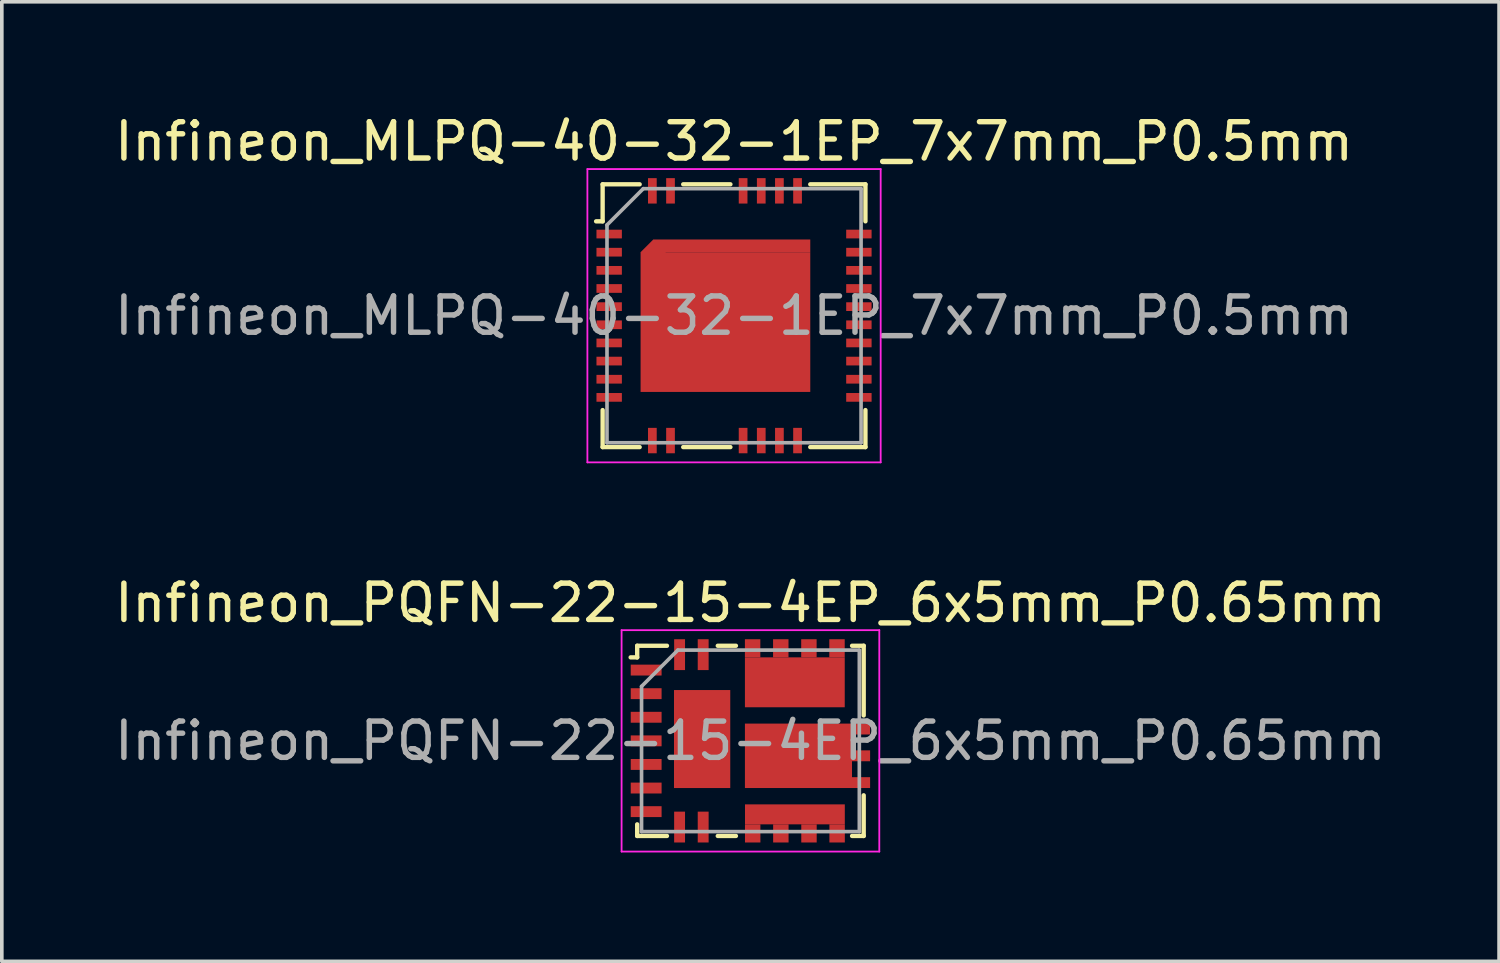
<source format=kicad_pcb>
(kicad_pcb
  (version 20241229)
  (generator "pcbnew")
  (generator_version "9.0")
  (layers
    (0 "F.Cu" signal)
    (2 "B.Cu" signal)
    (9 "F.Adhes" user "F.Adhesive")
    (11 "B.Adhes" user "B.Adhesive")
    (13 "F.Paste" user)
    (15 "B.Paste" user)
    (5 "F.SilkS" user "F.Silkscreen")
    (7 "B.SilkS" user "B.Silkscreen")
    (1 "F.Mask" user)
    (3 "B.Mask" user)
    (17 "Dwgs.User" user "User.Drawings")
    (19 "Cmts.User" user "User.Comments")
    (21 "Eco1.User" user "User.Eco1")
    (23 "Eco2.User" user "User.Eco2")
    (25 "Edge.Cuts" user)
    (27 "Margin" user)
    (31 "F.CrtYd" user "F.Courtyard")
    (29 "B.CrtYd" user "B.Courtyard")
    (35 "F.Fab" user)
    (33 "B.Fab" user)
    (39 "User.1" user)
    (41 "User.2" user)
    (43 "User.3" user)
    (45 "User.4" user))
  (footprint "Infineon_MLPQ-40-32-1EP_7x7mm_P0.5mm"
    (layer "F.Cu")
    (at 17.173 5.648)
    (property "Reference" "Infineon_MLPQ-40-32-1EP_7x7mm_P0.5mm" (at 0 -4.8 0) (layer "F.SilkS") (effects (font (size 1 1) (thickness 0.15))))
    (attr smd)
    (fp_line (start -3.8 -2.6) (end -3.62 -2.6) (stroke (width 0.12) (type solid)) (layer "F.SilkS"))
    (fp_line (start -3.62 -3.62) (end -3.62 -2.6) (stroke (width 0.12) (type solid)) (layer "F.SilkS"))
    (fp_line (start -3.62 3.62) (end -3.62 2.6) (stroke (width 0.12) (type solid)) (layer "F.SilkS"))
    (fp_line (start -2.6 -3.62) (end -3.62 -3.62) (stroke (width 0.12) (type solid)) (layer "F.SilkS"))
    (fp_line (start -2.6 3.62) (end -3.62 3.62) (stroke (width 0.12) (type solid)) (layer "F.SilkS"))
    (fp_line (start -0.1 -3.62) (end -1.4 -3.62) (stroke (width 0.12) (type solid)) (layer "F.SilkS"))
    (fp_line (start -0.1 3.62) (end -1.4 3.62) (stroke (width 0.12) (type solid)) (layer "F.SilkS"))
    (fp_line (start 3.62 -3.62) (end 2.1 -3.62) (stroke (width 0.12) (type solid)) (layer "F.SilkS"))
    (fp_line (start 3.62 -3.62) (end 3.62 -2.6) (stroke (width 0.12) (type solid)) (layer "F.SilkS"))
    (fp_line (start 3.62 3.62) (end 2.1 3.62) (stroke (width 0.12) (type solid)) (layer "F.SilkS"))
    (fp_line (start 3.62 3.62) (end 3.62 2.6) (stroke (width 0.12) (type solid)) (layer "F.SilkS"))
    (fp_line (start -4.04 -4.04) (end 4.04 -4.04) (stroke (width 0.05) (type solid)) (layer "F.CrtYd"))
    (fp_line (start -4.04 4.04) (end -4.04 -4.04) (stroke (width 0.05) (type solid)) (layer "F.CrtYd"))
    (fp_line (start 4.04 -4.04) (end 4.04 4.04) (stroke (width 0.05) (type solid)) (layer "F.CrtYd"))
    (fp_line (start 4.04 4.04) (end -4.04 4.04) (stroke (width 0.05) (type solid)) (layer "F.CrtYd"))
    (fp_line (start -3.5 3.5) (end -3.5 -2.5) (stroke (width 0.1) (type solid)) (layer "F.Fab"))
    (fp_line (start -2.5 -3.5) (end -3.5 -2.5) (stroke (width 0.1) (type solid)) (layer "F.Fab"))
    (fp_line (start -2.5 -3.5) (end 3.5 -3.5) (stroke (width 0.1) (type solid)) (layer "F.Fab"))
    (fp_line (start 3.5 -3.5) (end 3.5 3.5) (stroke (width 0.1) (type solid)) (layer "F.Fab"))
    (fp_line (start 3.5 3.5) (end -3.5 3.5) (stroke (width 0.1) (type solid)) (layer "F.Fab"))
    (fp_text user "${REFERENCE}" (at 0 0 0) (layer "F.Fab") (effects (font (size 1 1) (thickness 0.15))))
    (pad "" smd rect (at -3.425 -2.25) (size 0.65 0.22) (layers "F.Paste"))
    (pad "" smd rect (at -3.425 -1.75) (size 0.65 0.22) (layers "F.Paste"))
    (pad "" smd rect (at -3.425 -1.25) (size 0.65 0.22) (layers "F.Paste"))
    (pad "" smd rect (at -3.425 -0.75) (size 0.65 0.22) (layers "F.Paste"))
    (pad "" smd rect (at -3.425 -0.25) (size 0.65 0.22) (layers "F.Paste"))
    (pad "" smd rect (at -3.425 0.25) (size 0.65 0.22) (layers "F.Paste"))
    (pad "" smd rect (at -3.425 0.75) (size 0.65 0.22) (layers "F.Paste"))
    (pad "" smd rect (at -3.425 1.25) (size 0.65 0.22) (layers "F.Paste"))
    (pad "" smd rect (at -3.425 1.75) (size 0.65 0.22) (layers "F.Paste"))
    (pad "" smd rect (at -3.425 2.25) (size 0.65 0.22) (layers "F.Paste"))
    (pad "" smd rect (at -2.25 -3.425) (size 0.22 0.65) (layers "F.Paste"))
    (pad "" smd rect (at -2.25 3.425) (size 0.22 0.65) (layers "F.Paste"))
    (pad "" smd rect (at -1.796 -1.4) (size 1.2 1.1) (layers "F.Paste"))
    (pad "" smd rect (at -1.796 0) (size 1.2 1.1) (layers "F.Paste"))
    (pad "" smd rect (at -1.796 1.4) (size 1.2 1.1) (layers "F.Paste"))
    (pad "" smd rect (at -1.75 -3.425) (size 0.22 0.65) (layers "F.Paste"))
    (pad "" smd rect (at -1.75 3.425) (size 0.22 0.65) (layers "F.Paste"))
    (pad "" smd rect (at -0.237 -1.4) (size 1.2 1.1) (layers "F.Paste"))
    (pad "" smd rect (at -0.237 0) (size 1.2 1.1) (layers "F.Paste"))
    (pad "" smd rect (at -0.237 1.4) (size 1.2 1.1) (layers "F.Paste"))
    (pad "" smd rect (at 0.25 -3.425) (size 0.22 0.65) (layers "F.Paste"))
    (pad "" smd rect (at 0.25 3.425) (size 0.22 0.65) (layers "F.Paste"))
    (pad "" smd rect (at 0.75 -3.425) (size 0.22 0.65) (layers "F.Paste"))
    (pad "" smd rect (at 0.75 3.425) (size 0.22 0.65) (layers "F.Paste"))
    (pad "" smd rect (at 1.25 -3.425) (size 0.22 0.65) (layers "F.Paste"))
    (pad "" smd rect (at 1.25 3.425) (size 0.22 0.65) (layers "F.Paste"))
    (pad "" smd rect (at 1.321 -1.4) (size 1.2 1.1) (layers "F.Paste"))
    (pad "" smd rect (at 1.321 0) (size 1.2 1.1) (layers "F.Paste"))
    (pad "" smd rect (at 1.321 1.4) (size 1.2 1.1) (layers "F.Paste"))
    (pad "" smd rect (at 1.75 -3.425) (size 0.22 0.65) (layers "F.Paste"))
    (pad "" smd rect (at 1.75 3.425) (size 0.22 0.65) (layers "F.Paste"))
    (pad "" smd rect (at 3.425 -2.25) (size 0.65 0.22) (layers "F.Paste"))
    (pad "" smd rect (at 3.425 -1.75) (size 0.65 0.22) (layers "F.Paste"))
    (pad "" smd rect (at 3.425 -1.25) (size 0.65 0.22) (layers "F.Paste"))
    (pad "" smd rect (at 3.425 -0.75) (size 0.65 0.22) (layers "F.Paste"))
    (pad "" smd rect (at 3.425 -0.25) (size 0.65 0.22) (layers "F.Paste"))
    (pad "" smd rect (at 3.425 0.25) (size 0.65 0.22) (layers "F.Paste"))
    (pad "" smd rect (at 3.425 0.75) (size 0.65 0.22) (layers "F.Paste"))
    (pad "" smd rect (at 3.425 1.25) (size 0.65 0.22) (layers "F.Paste"))
    (pad "" smd rect (at 3.425 1.75) (size 0.65 0.22) (layers "F.Paste"))
    (pad "" smd rect (at 3.425 2.25) (size 0.65 0.22) (layers "F.Paste"))
    (pad "1" smd rect (at -3.44 -2.25) (size 0.7 0.24) (layers "F.Cu" "F.Mask"))
    (pad "2" smd rect (at -3.44 -1.75) (size 0.7 0.24) (layers "F.Cu" "F.Mask"))
    (pad "3" smd rect (at -3.44 -1.25) (size 0.7 0.24) (layers "F.Cu" "F.Mask"))
    (pad "4" smd rect (at -3.44 -0.75) (size 0.7 0.24) (layers "F.Cu" "F.Mask"))
    (pad "5" smd rect (at -3.44 -0.25) (size 0.7 0.24) (layers "F.Cu" "F.Mask"))
    (pad "6" smd rect (at -3.44 0.25) (size 0.7 0.24) (layers "F.Cu" "F.Mask"))
    (pad "7" smd rect (at -3.44 0.75) (size 0.7 0.24) (layers "F.Cu" "F.Mask"))
    (pad "8" smd rect (at -3.44 1.25) (size 0.7 0.24) (layers "F.Cu" "F.Mask"))
    (pad "9" smd rect (at -3.44 1.75) (size 0.7 0.24) (layers "F.Cu" "F.Mask"))
    (pad "10" smd rect (at -3.44 2.25) (size 0.7 0.24) (layers "F.Cu" "F.Mask"))
    (pad "11" smd rect (at -2.25 3.44) (size 0.24 0.7) (layers "F.Cu" "F.Mask"))
    (pad "12" smd rect (at -1.75 3.44) (size 0.24 0.7) (layers "F.Cu" "F.Mask"))
    (pad "13" smd rect (at 0.25 3.44) (size 0.24 0.7) (layers "F.Cu" "F.Mask"))
    (pad "14" smd rect (at 0.75 3.44) (size 0.24 0.7) (layers "F.Cu" "F.Mask"))
    (pad "15" smd rect (at 1.25 3.44) (size 0.24 0.7) (layers "F.Cu" "F.Mask"))
    (pad "16" smd rect (at 1.75 3.44) (size 0.24 0.7) (layers "F.Cu" "F.Mask"))
    (pad "17" smd rect (at 3.44 2.25) (size 0.7 0.24) (layers "F.Cu" "F.Mask"))
    (pad "18" smd rect (at 3.44 1.75) (size 0.7 0.24) (layers "F.Cu" "F.Mask"))
    (pad "19" smd rect (at 3.44 1.25) (size 0.7 0.24) (layers "F.Cu" "F.Mask"))
    (pad "20" smd rect (at 3.44 0.75) (size 0.7 0.24) (layers "F.Cu" "F.Mask"))
    (pad "21" smd rect (at 3.44 0.25) (size 0.7 0.24) (layers "F.Cu" "F.Mask"))
    (pad "22" smd rect (at 3.44 -0.25) (size 0.7 0.24) (layers "F.Cu" "F.Mask"))
    (pad "23" smd rect (at 3.44 -0.75) (size 0.7 0.24) (layers "F.Cu" "F.Mask"))
    (pad "24" smd rect (at 3.44 -1.25) (size 0.7 0.24) (layers "F.Cu" "F.Mask"))
    (pad "25" smd rect (at 3.44 -1.75) (size 0.7 0.24) (layers "F.Cu" "F.Mask"))
    (pad "26" smd rect (at 3.44 -2.25) (size 0.7 0.24) (layers "F.Cu" "F.Mask"))
    (pad "27" smd rect (at 1.75 -3.44) (size 0.24 0.7) (layers "F.Cu" "F.Mask"))
    (pad "28" smd rect (at 1.25 -3.44) (size 0.24 0.7) (layers "F.Cu" "F.Mask"))
    (pad "29" smd rect (at 0.75 -3.44) (size 0.24 0.7) (layers "F.Cu" "F.Mask"))
    (pad "30" smd rect (at 0.25 -3.44) (size 0.24 0.7) (layers "F.Cu" "F.Mask"))
    (pad "31" smd rect (at -1.75 -3.44) (size 0.24 0.7) (layers "F.Cu" "F.Mask"))
    (pad "32" smd rect (at -2.25 -3.44) (size 0.24 0.7) (layers "F.Cu" "F.Mask"))
    (pad "33" smd rect (at -2.225 -1.75 45) (size 0.495 0.495) (layers "F.Cu" "F.Mask"))
    (pad "33" smd rect (at -0.237 0.175) (size 4.675 3.85) (layers "F.Cu" "F.Mask"))
    (pad "33" smd rect (at -0.062 -1.925) (size 4.325 0.35) (layers "F.Cu" "F.Mask")))
  (footprint "Infineon_PQFN-22-15-4EP_6x5mm_P0.65mm"
    (layer "F.Cu")
    (at 17.625 17.361)
    (property "Reference" "Infineon_PQFN-22-15-4EP_6x5mm_P0.65mm" (at 0 -3.8 0) (layer "F.SilkS") (effects (font (size 1 1) (thickness 0.15))))
    (attr smd)
    (fp_line (start -3.12 -2.3) (end -3.3 -2.3) (stroke (width 0.12) (type solid)) (layer "F.SilkS"))
    (fp_line (start -3.12 -2.3) (end -3.12 -2.62) (stroke (width 0.12) (type solid)) (layer "F.SilkS"))
    (fp_line (start -3.12 2.62) (end -3.12 2.3) (stroke (width 0.12) (type solid)) (layer "F.SilkS"))
    (fp_line (start -2.3 -2.62) (end -3.12 -2.62) (stroke (width 0.12) (type solid)) (layer "F.SilkS"))
    (fp_line (start -2.3 2.62) (end -3.12 2.62) (stroke (width 0.12) (type solid)) (layer "F.SilkS"))
    (fp_line (start -0.9 -2.62) (end -0.4 -2.62) (stroke (width 0.12) (type solid)) (layer "F.SilkS"))
    (fp_line (start -0.9 2.62) (end -0.4 2.62) (stroke (width 0.12) (type solid)) (layer "F.SilkS"))
    (fp_line (start 3.12 -2.62) (end 2.8 -2.62) (stroke (width 0.12) (type solid)) (layer "F.SilkS"))
    (fp_line (start 3.12 -2.62) (end 3.12 -0.7) (stroke (width 0.12) (type solid)) (layer "F.SilkS"))
    (fp_line (start 3.12 1.5) (end 3.12 2.62) (stroke (width 0.12) (type solid)) (layer "F.SilkS"))
    (fp_line (start 3.12 2.62) (end 2.8 2.62) (stroke (width 0.12) (type solid)) (layer "F.SilkS"))
    (fp_line (start -3.55 -3.05) (end -3.55 3.05) (stroke (width 0.05) (type solid)) (layer "F.CrtYd"))
    (fp_line (start -3.55 3.05) (end 3.55 3.05) (stroke (width 0.05) (type solid)) (layer "F.CrtYd"))
    (fp_line (start 3.55 -3.05) (end -3.55 -3.05) (stroke (width 0.05) (type solid)) (layer "F.CrtYd"))
    (fp_line (start 3.55 3.05) (end 3.55 -3.05) (stroke (width 0.05) (type solid)) (layer "F.CrtYd"))
    (fp_line (start -3 2.5) (end -3 -1.5) (stroke (width 0.1) (type solid)) (layer "F.Fab"))
    (fp_line (start -2 -2.5) (end -3 -1.5) (stroke (width 0.1) (type solid)) (layer "F.Fab"))
    (fp_line (start -2 -2.5) (end 3 -2.5) (stroke (width 0.1) (type solid)) (layer "F.Fab"))
    (fp_line (start 3 -2.5) (end 3 2.5) (stroke (width 0.1) (type solid)) (layer "F.Fab"))
    (fp_line (start 3 2.5) (end -3 2.5) (stroke (width 0.1) (type solid)) (layer "F.Fab"))
    (fp_text user "${REFERENCE}" (at 0 0 0) (layer "F.Fab") (effects (font (size 1 1) (thickness 0.15))))
    (pad "" smd rect (at -2.873 -1.95) (size 0.8 0.27) (layers "F.Paste"))
    (pad "" smd rect (at -2.873 -1.3) (size 0.8 0.27) (layers "F.Paste"))
    (pad "" smd rect (at -2.873 -0.65) (size 0.8 0.27) (layers "F.Paste"))
    (pad "" smd rect (at -2.873 0) (size 0.8 0.27) (layers "F.Paste"))
    (pad "" smd rect (at -2.873 0.65) (size 0.8 0.27) (layers "F.Paste"))
    (pad "" smd rect (at -2.873 1.3) (size 0.8 0.27) (layers "F.Paste"))
    (pad "" smd rect (at -2.873 1.95) (size 0.8 0.27) (layers "F.Paste"))
    (pad "" smd rect (at -1.952 -2.37) (size 0.27 0.8) (layers "F.Paste"))
    (pad "" smd rect (at -1.952 2.37) (size 0.27 0.8) (layers "F.Paste"))
    (pad "" smd rect (at -1.752 -0.795) (size 0.7 1.22) (layers "F.Paste"))
    (pad "" smd rect (at -1.752 0.695) (size 0.7 1.22) (layers "F.Paste"))
    (pad "" smd rect (at -1.302 -2.37) (size 0.27 0.8) (layers "F.Paste"))
    (pad "" smd rect (at -1.302 2.37) (size 0.27 0.8) (layers "F.Paste"))
    (pad "" smd rect (at -0.902 -0.795) (size 0.7 1.22) (layers "F.Paste"))
    (pad "" smd rect (at -0.902 0.695) (size 0.7 1.22) (layers "F.Paste"))
    (pad "" smd rect (at 0.06 -2.4) (size 0.425 0.625) (layers "F.Paste"))
    (pad "" smd rect (at 0.062 2.22) (size 0.425 0.95) (layers "F.Paste"))
    (pad "" smd rect (at 0.468 0.412) (size 1.24 1.78) (layers "F.Paste"))
    (pad "" smd rect (at 0.527 -1.45) (size 1.25 0.96) (layers "F.Paste"))
    (pad "" smd rect (at 0.836 -2.4) (size 0.425 0.625) (layers "F.Paste"))
    (pad "" smd rect (at 0.838 2.22) (size 0.425 0.95) (layers "F.Paste"))
    (pad "" smd rect (at 1.611 -2.4) (size 0.425 0.625) (layers "F.Paste"))
    (pad "" smd rect (at 1.613 2.22) (size 0.425 0.95) (layers "F.Paste"))
    (pad "" smd rect (at 1.847 0.412) (size 1.24 1.78) (layers "F.Paste"))
    (pad "" smd rect (at 1.927 -1.45) (size 1.25 0.96) (layers "F.Paste"))
    (pad "" smd rect (at 2.385 -2.4) (size 0.425 0.625) (layers "F.Paste"))
    (pad "" smd rect (at 2.388 2.22) (size 0.425 0.95) (layers "F.Paste"))
    (pad "" smd rect (at 2.908 -0.328) (size 0.625 0.29) (layers "F.Paste"))
    (pad "" smd rect (at 2.908 0.412) (size 0.625 0.29) (layers "F.Paste"))
    (pad "" smd rect (at 2.908 1.153) (size 0.625 0.29) (layers "F.Paste"))
    (pad "1" smd rect (at -2.873 -1.95) (size 0.85 0.3) (layers "F.Cu" "F.Mask"))
    (pad "2" smd rect (at -2.873 -1.3) (size 0.85 0.3) (layers "F.Cu" "F.Mask"))
    (pad "3" smd rect (at -2.873 -0.65) (size 0.85 0.3) (layers "F.Cu" "F.Mask"))
    (pad "4" smd rect (at -2.873 0) (size 0.85 0.3) (layers "F.Cu" "F.Mask"))
    (pad "5" smd rect (at -2.873 0.65) (size 0.85 0.3) (layers "F.Cu" "F.Mask"))
    (pad "6" smd rect (at -2.873 1.3) (size 0.85 0.3) (layers "F.Cu" "F.Mask"))
    (pad "7" smd rect (at -2.873 1.95) (size 0.85 0.3) (layers "F.Cu" "F.Mask"))
    (pad "8" smd rect (at -1.952 2.375) (size 0.3 0.85) (layers "F.Cu" "F.Mask"))
    (pad "9" smd rect (at -1.302 2.375) (size 0.3 0.85) (layers "F.Cu" "F.Mask"))
    (pad "10" smd rect (at 0.062 2.55) (size 0.425 0.5) (layers "F.Cu" "F.Mask"))
    (pad "10" smd rect (at 0.838 2.55) (size 0.425 0.5) (layers "F.Cu" "F.Mask"))
    (pad "10" smd rect (at 1.225 2.025) (size 2.75 0.55) (layers "F.Cu" "F.Mask"))
    (pad "10" smd rect (at 1.613 2.55) (size 0.425 0.5) (layers "F.Cu" "F.Mask"))
    (pad "10" smd rect (at 2.388 2.55) (size 0.425 0.5) (layers "F.Cu" "F.Mask"))
    (pad "11" smd rect (at 1.323 0.412) (size 2.95 1.775) (layers "F.Cu" "F.Mask"))
    (pad "11" smd rect (at 3.047 -0.325) (size 0.5 0.299) (layers "F.Cu" "F.Mask"))
    (pad "11" smd rect (at 3.047 0.412) (size 0.5 0.3) (layers "F.Cu" "F.Mask"))
    (pad "11" smd rect (at 3.047 1.15) (size 0.5 0.299) (layers "F.Cu" "F.Mask"))
    (pad "12" smd rect (at 0.06 -2.55) (size 0.425 0.5) (layers "F.Cu" "F.Mask"))
    (pad "12" smd rect (at 0.836 -2.55) (size 0.425 0.5) (layers "F.Cu" "F.Mask"))
    (pad "12" smd rect (at 1.223 -1.613) (size 2.75 1.375) (layers "F.Cu" "F.Mask"))
    (pad "12" smd rect (at 1.611 -2.55) (size 0.425 0.5) (layers "F.Cu" "F.Mask"))
    (pad "12" smd rect (at 2.385 -2.55) (size 0.425 0.5) (layers "F.Cu" "F.Mask"))
    (pad "13" smd rect (at -1.302 -2.375) (size 0.3 0.85) (layers "F.Cu" "F.Mask"))
    (pad "14" smd rect (at -1.952 -2.375) (size 0.3 0.85) (layers "F.Cu" "F.Mask"))
    (pad "15" smd rect (at -1.331 -0.05) (size 1.55 2.7) (layers "F.Cu" "F.Mask")))
  (gr_rect
    (start -3 -3)
    (end 38.25 23.436)
    (stroke (width 0.1) (type default))
    (fill no)
    (layer "Edge.Cuts")))
</source>
